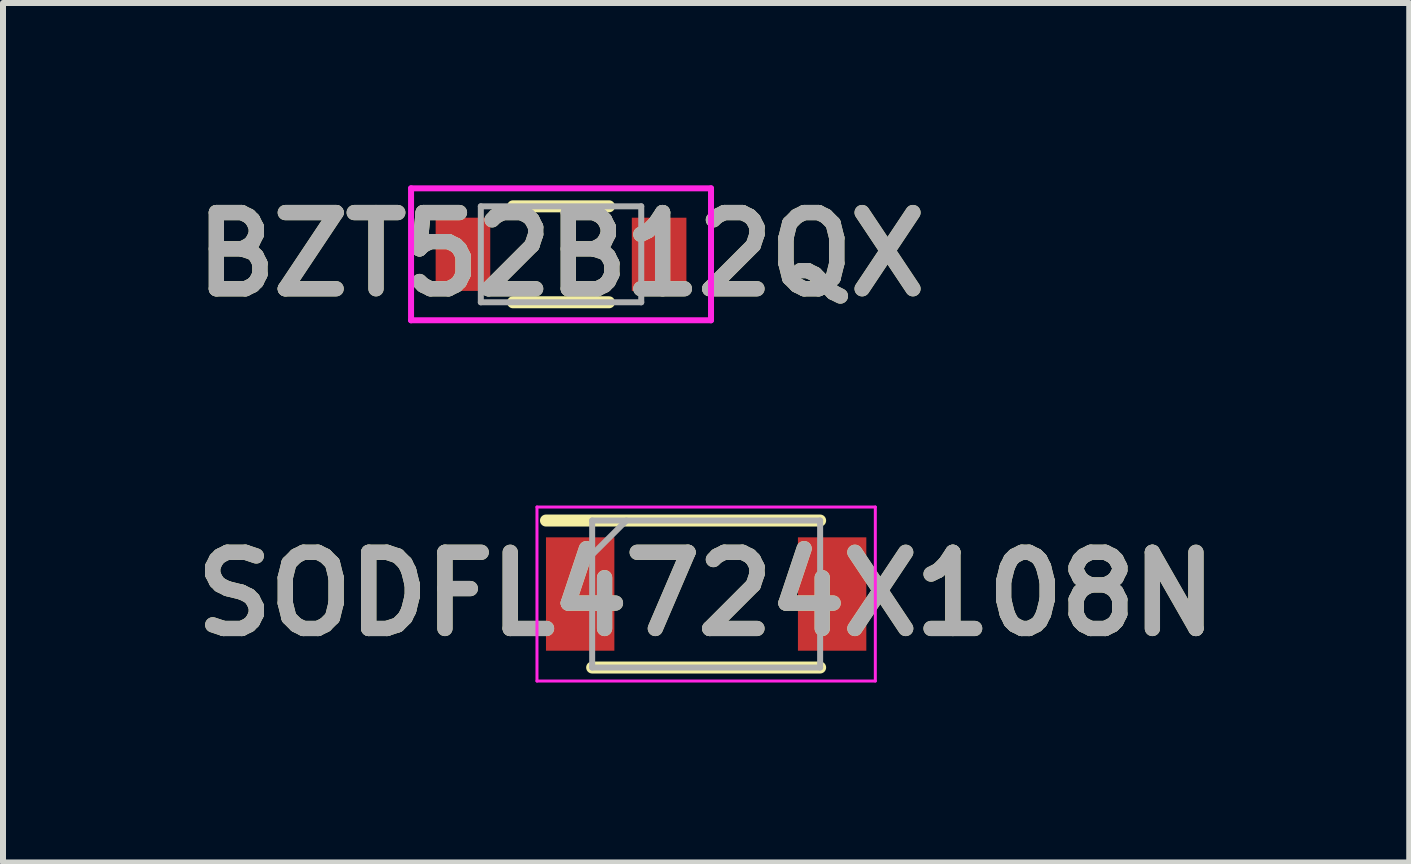
<source format=kicad_pcb>
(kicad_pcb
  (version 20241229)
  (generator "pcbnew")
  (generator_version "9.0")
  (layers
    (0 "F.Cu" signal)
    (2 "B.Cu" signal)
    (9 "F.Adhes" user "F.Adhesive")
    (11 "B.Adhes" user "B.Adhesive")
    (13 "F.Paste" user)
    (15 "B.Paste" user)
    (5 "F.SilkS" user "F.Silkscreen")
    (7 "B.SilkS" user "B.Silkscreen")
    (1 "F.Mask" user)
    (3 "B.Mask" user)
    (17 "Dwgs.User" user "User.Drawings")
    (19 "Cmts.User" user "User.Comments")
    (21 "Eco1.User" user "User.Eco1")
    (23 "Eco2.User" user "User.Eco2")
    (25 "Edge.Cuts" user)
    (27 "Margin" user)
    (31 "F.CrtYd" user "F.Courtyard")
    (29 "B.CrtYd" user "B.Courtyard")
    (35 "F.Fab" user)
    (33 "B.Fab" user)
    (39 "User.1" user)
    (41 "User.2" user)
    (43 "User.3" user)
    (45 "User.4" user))
  (footprint "SODFL4724X108N"
    (layer "F.Cu")
    (at 8.721 6.852)
    (property "Reference" "SODFL4724X108N" (at 0 0 0) (layer "F.SilkS") (effects (font (size 1.27 1.27) (thickness 0.254))))
    (attr smd)
    (fp_line (start -2.67 -1.225) (end 1.9 -1.225) (stroke (width 0.2) (type solid)) (layer "F.SilkS"))
    (fp_line (start -1.9 1.225) (end 1.9 1.225) (stroke (width 0.2) (type solid)) (layer "F.SilkS"))
    (fp_line (start -2.82 -1.45) (end 2.82 -1.45) (stroke (width 0.05) (type solid)) (layer "F.CrtYd"))
    (fp_line (start -2.82 1.45) (end -2.82 -1.45) (stroke (width 0.05) (type solid)) (layer "F.CrtYd"))
    (fp_line (start 2.82 -1.45) (end 2.82 1.45) (stroke (width 0.05) (type solid)) (layer "F.CrtYd"))
    (fp_line (start 2.82 1.45) (end -2.82 1.45) (stroke (width 0.05) (type solid)) (layer "F.CrtYd"))
    (fp_line (start -1.9 -1.225) (end 1.9 -1.225) (stroke (width 0.1) (type solid)) (layer "F.Fab"))
    (fp_line (start -1.9 -0.655) (end -1.33 -1.225) (stroke (width 0.1) (type solid)) (layer "F.Fab"))
    (fp_line (start -1.9 1.225) (end -1.9 -1.225) (stroke (width 0.1) (type solid)) (layer "F.Fab"))
    (fp_line (start 1.9 -1.225) (end 1.9 1.225) (stroke (width 0.1) (type solid)) (layer "F.Fab"))
    (fp_line (start 1.9 1.225) (end -1.9 1.225) (stroke (width 0.1) (type solid)) (layer "F.Fab"))
    (fp_text user "${REFERENCE}" (at 0 0 0) (layer "F.Fab") (effects (font (size 1.27 1.27) (thickness 0.254))))
    (pad "1" smd rect (at -2.1 0) (size 1.14 1.89) (layers "F.Cu" "F.Mask" "F.Paste"))
    (pad "2" smd rect (at 2.1 0) (size 1.14 1.89) (layers "F.Cu" "F.Mask" "F.Paste")))
  (footprint "BZT52B12QX"
    (layer "F.Cu")
    (at 6.302 1.189)
    (property "Reference" "BZT52B12QX" (at 0 0 0) (layer "F.SilkS") (effects (font (size 1.27 1.27) (thickness 0.254))))
    (attr smd)
    (fp_line (start -0.8 -0.8) (end 0.8 -0.8) (stroke (width 0.2) (type solid)) (layer "F.SilkS"))
    (fp_line (start -0.8 0.8) (end 0.8 0.8) (stroke (width 0.2) (type solid)) (layer "F.SilkS"))
    (fp_line (start -2.5 -1.1) (end 2.5 -1.1) (stroke (width 0.1) (type solid)) (layer "F.CrtYd"))
    (fp_line (start -2.5 1.1) (end -2.5 -1.1) (stroke (width 0.1) (type solid)) (layer "F.CrtYd"))
    (fp_line (start 2.5 -1.1) (end 2.5 1.1) (stroke (width 0.1) (type solid)) (layer "F.CrtYd"))
    (fp_line (start 2.5 1.1) (end -2.5 1.1) (stroke (width 0.1) (type solid)) (layer "F.CrtYd"))
    (fp_line (start -1.337 -0.8) (end 1.337 -0.8) (stroke (width 0.1) (type solid)) (layer "F.Fab"))
    (fp_line (start -1.337 0.8) (end -1.337 -0.8) (stroke (width 0.1) (type solid)) (layer "F.Fab"))
    (fp_line (start 1.337 -0.8) (end 1.337 0.8) (stroke (width 0.1) (type solid)) (layer "F.Fab"))
    (fp_line (start 1.337 0.8) (end -1.337 0.8) (stroke (width 0.1) (type solid)) (layer "F.Fab"))
    (fp_text user "${REFERENCE}" (at 0 0 0) (layer "F.Fab") (effects (font (size 1.27 1.27) (thickness 0.254))))
    (pad "1" smd rect (at -1.635 0) (size 0.91 1.22) (layers "F.Cu" "F.Mask" "F.Paste"))
    (pad "2" smd rect (at 1.635 0) (size 0.91 1.22) (layers "F.Cu" "F.Mask" "F.Paste")))
  (gr_rect
    (start -3 -3)
    (end 20.441 11.327)
    (stroke (width 0.1) (type default))
    (fill no)
    (layer "Edge.Cuts")))
</source>
